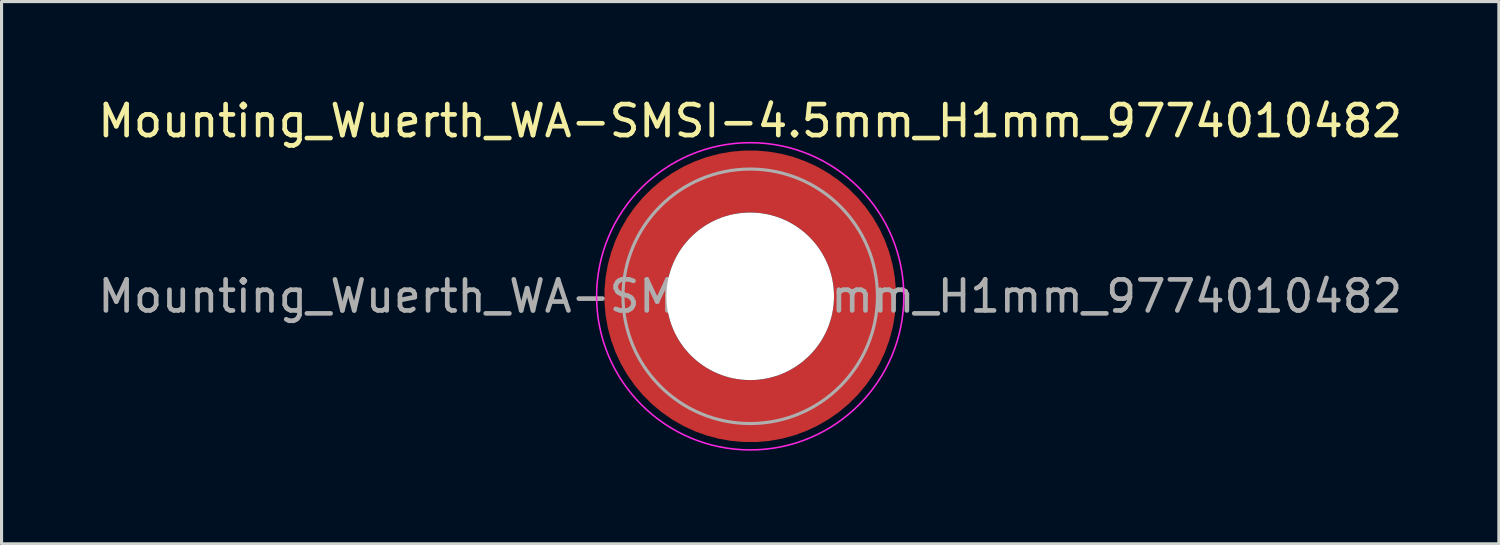
<source format=kicad_pcb>
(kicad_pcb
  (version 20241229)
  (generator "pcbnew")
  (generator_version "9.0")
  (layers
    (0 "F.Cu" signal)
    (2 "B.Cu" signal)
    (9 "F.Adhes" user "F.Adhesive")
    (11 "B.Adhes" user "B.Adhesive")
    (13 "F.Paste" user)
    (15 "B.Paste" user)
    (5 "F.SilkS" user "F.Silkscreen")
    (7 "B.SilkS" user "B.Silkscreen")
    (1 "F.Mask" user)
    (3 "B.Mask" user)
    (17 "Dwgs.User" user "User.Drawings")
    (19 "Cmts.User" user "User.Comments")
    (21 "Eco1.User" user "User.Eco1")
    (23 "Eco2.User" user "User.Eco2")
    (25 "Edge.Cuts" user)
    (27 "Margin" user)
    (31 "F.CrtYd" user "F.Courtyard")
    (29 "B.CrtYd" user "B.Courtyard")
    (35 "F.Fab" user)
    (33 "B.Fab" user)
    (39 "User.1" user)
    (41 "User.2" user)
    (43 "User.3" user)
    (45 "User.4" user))
  (footprint "Mounting_Wuerth_WA-SMSI-4.5mm_H1mm_9774010482"
    (layer "F.Cu")
    (at 21.125 6.498)
    (property "Reference" "Mounting_Wuerth_WA-SMSI-4.5mm_H1mm_9774010482" (at 0 -5.65 0) (layer "F.SilkS") (effects (font (size 1 1) (thickness 0.15))))
    (attr smd allow_soldermask_bridges)
    (fp_circle (center 0 0) (end 4.95 0) (stroke (width 0.05) (type solid)) (fill no) (layer "F.CrtYd"))
    (fp_circle (center 0 0) (end 4.1 0) (stroke (width 0.1) (type solid)) (fill no) (layer "F.Fab"))
    (fp_text user "${REFERENCE}" (at 0 0 0) (layer "F.Fab") (effects (font (size 1 1) (thickness 0.15))))
    (pad "" smd custom (at -2.607 -2.607) (size 0.948 0.948) (layers "F.Paste") (options (anchor circle)) (primitives (gr_arc (start -0.188183 2.107456) (mid 0.599273 0.599273) (end 2.107456 -0.188183) (width 0.2)) (gr_arc (start -0.289416 2.107456) (mid 0.52877 0.52877) (end 2.107456 -0.289416) (width 0.2)) (gr_arc (start -0.390547 2.107456) (mid 0.458268 0.458268) (end 2.107456 -0.390547) (width 0.2)) (gr_arc (start -0.491585 2.107456) (mid 0.387765 0.387765) (end 2.107456 -0.491585) (width 0.2)) (gr_arc (start -0.59254 2.107456) (mid 0.317262 0.317262) (end 2.107456 -0.59254) (width 0.2)) (gr_arc (start -0.693419 2.107456) (mid 0.246759 0.246759) (end 2.107456 -0.693419) (width 0.2)) (gr_arc (start -0.794229 2.107456) (mid 0.176257 0.176257) (end 2.107456 -0.794229) (width 0.2)) (gr_arc (start -0.894975 2.107456) (mid 0.105754 0.105754) (end 2.107456 -0.894975) (width 0.2)) (gr_arc (start -0.995664 2.107456) (mid 0.035251 0.035251) (end 2.107456 -0.995664) (width 0.2)) (gr_arc (start -1.0963 2.107456) (mid -0.035251 -0.035251) (end 2.107456 -1.0963) (width 0.2)) (gr_arc (start -1.196886 2.107456) (mid -0.105754 -0.105754) (end 2.107456 -1.196886) (width 0.2)) (gr_arc (start -1.297427 2.107456) (mid -0.176257 -0.176257) (end 2.107456 -1.297427) (width 0.2)) (gr_arc (start -1.397927 2.107456) (mid -0.246759 -0.246759) (end 2.107456 -1.397927) (width 0.2)) (gr_arc (start -1.498388 2.107456) (mid -0.317262 -0.317262) (end 2.107456 -1.498388) (width 0.2)) (gr_arc (start -1.598813 2.107456) (mid -0.387765 -0.387765) (end 2.107456 -1.598813) (width 0.2)) (gr_arc (start -1.699204 2.107456) (mid -0.458268 -0.458268) (end 2.107456 -1.699204) (width 0.2)) (gr_arc (start -1.799565 2.107456) (mid -0.52877 -0.52877) (end 2.107456 -1.799565) (width 0.2)) (gr_arc (start -1.899896 2.107456) (mid -0.599273 -0.599273) (end 2.107456 -1.899896) (width 0.2)) (gr_arc (start -1.899896 2.107456) (mid -0.599273 -0.599273) (end 2.107456 -1.899896) (width 0.2)) (gr_line (start 2.107 -0.188) (end 2.107 -1.9) (width 0.2)) (gr_line (start -0.188 2.107) (end -1.9 2.107) (width 0.2))))
    (pad "" smd custom (at -2.607 2.607) (size 0.948 0.948) (layers "F.Paste") (options (anchor circle)) (primitives (gr_arc (start 2.107456 0.188183) (mid 0.599273 -0.599273) (end -0.188183 -2.107456) (width 0.2)) (gr_arc (start 2.107456 0.289416) (mid 0.52877 -0.52877) (end -0.289416 -2.107456) (width 0.2)) (gr_arc (start 2.107456 0.390547) (mid 0.458268 -0.458268) (end -0.390547 -2.107456) (width 0.2)) (gr_arc (start 2.107456 0.491585) (mid 0.387765 -0.387765) (end -0.491585 -2.107456) (width 0.2)) (gr_arc (start 2.107456 0.59254) (mid 0.317262 -0.317262) (end -0.59254 -2.107456) (width 0.2)) (gr_arc (start 2.107456 0.693419) (mid 0.246759 -0.246759) (end -0.693419 -2.107456) (width 0.2)) (gr_arc (start 2.107456 0.794229) (mid 0.176257 -0.176257) (end -0.794229 -2.107456) (width 0.2)) (gr_arc (start 2.107456 0.894975) (mid 0.105754 -0.105754) (end -0.894975 -2.107456) (width 0.2)) (gr_arc (start 2.107456 0.995664) (mid 0.035251 -0.035251) (end -0.995664 -2.107456) (width 0.2)) (gr_arc (start 2.107456 1.0963) (mid -0.035251 0.035251) (end -1.0963 -2.107456) (width 0.2)) (gr_arc (start 2.107456 1.196886) (mid -0.105754 0.105754) (end -1.196886 -2.107456) (width 0.2)) (gr_arc (start 2.107456 1.297427) (mid -0.176257 0.176257) (end -1.297427 -2.107456) (width 0.2)) (gr_arc (start 2.107456 1.397927) (mid -0.246759 0.246759) (end -1.397927 -2.107456) (width 0.2)) (gr_arc (start 2.107456 1.498388) (mid -0.317262 0.317262) (end -1.498388 -2.107456) (width 0.2)) (gr_arc (start 2.107456 1.598813) (mid -0.387765 0.387765) (end -1.598813 -2.107456) (width 0.2)) (gr_arc (start 2.107456 1.699204) (mid -0.458268 0.458268) (end -1.699204 -2.107456) (width 0.2)) (gr_arc (start 2.107456 1.799565) (mid -0.52877 0.52877) (end -1.799565 -2.107456) (width 0.2)) (gr_arc (start 2.107456 1.899896) (mid -0.599273 0.599273) (end -1.899896 -2.107456) (width 0.2)) (gr_arc (start 2.107456 1.899896) (mid -0.599273 0.599273) (end -1.899896 -2.107456) (width 0.2)) (gr_line (start -0.188 -2.107) (end -1.9 -2.107) (width 0.2)) (gr_line (start 2.107 0.188) (end 2.107 1.9) (width 0.2))))
    (pad "" np_thru_hole circle (at 0 0) (size 5.4 5.4) (drill 5.4) (layers "*.Cu" "*.Mask"))
    (pad "" smd custom (at 2.607 -2.607) (size 0.948 0.948) (layers "F.Paste") (options (anchor circle)) (primitives (gr_arc (start -2.107456 -0.188183) (mid -0.599273 0.599273) (end 0.188183 2.107456) (width 0.2)) (gr_arc (start -2.107456 -0.289416) (mid -0.52877 0.52877) (end 0.289416 2.107456) (width 0.2)) (gr_arc (start -2.107456 -0.390547) (mid -0.458268 0.458268) (end 0.390547 2.107456) (width 0.2)) (gr_arc (start -2.107456 -0.491585) (mid -0.387765 0.387765) (end 0.491585 2.107456) (width 0.2)) (gr_arc (start -2.107456 -0.59254) (mid -0.317262 0.317262) (end 0.59254 2.107456) (width 0.2)) (gr_arc (start -2.107456 -0.693419) (mid -0.246759 0.246759) (end 0.693419 2.107456) (width 0.2)) (gr_arc (start -2.107456 -0.794229) (mid -0.176257 0.176257) (end 0.794229 2.107456) (width 0.2)) (gr_arc (start -2.107456 -0.894975) (mid -0.105754 0.105754) (end 0.894975 2.107456) (width 0.2)) (gr_arc (start -2.107456 -0.995664) (mid -0.035251 0.035251) (end 0.995664 2.107456) (width 0.2)) (gr_arc (start -2.107456 -1.0963) (mid 0.035251 -0.035251) (end 1.0963 2.107456) (width 0.2)) (gr_arc (start -2.107456 -1.196886) (mid 0.105754 -0.105754) (end 1.196886 2.107456) (width 0.2)) (gr_arc (start -2.107456 -1.297427) (mid 0.176257 -0.176257) (end 1.297427 2.107456) (width 0.2)) (gr_arc (start -2.107456 -1.397927) (mid 0.246759 -0.246759) (end 1.397927 2.107456) (width 0.2)) (gr_arc (start -2.107456 -1.498388) (mid 0.317262 -0.317262) (end 1.498388 2.107456) (width 0.2)) (gr_arc (start -2.107456 -1.598813) (mid 0.387765 -0.387765) (end 1.598813 2.107456) (width 0.2)) (gr_arc (start -2.107456 -1.699204) (mid 0.458268 -0.458268) (end 1.699204 2.107456) (width 0.2)) (gr_arc (start -2.107456 -1.799565) (mid 0.52877 -0.52877) (end 1.799565 2.107456) (width 0.2)) (gr_arc (start -2.107456 -1.899896) (mid 0.599273 -0.599273) (end 1.899896 2.107456) (width 0.2)) (gr_arc (start -2.107456 -1.899896) (mid 0.599273 -0.599273) (end 1.899896 2.107456) (width 0.2)) (gr_line (start 0.188 2.107) (end 1.9 2.107) (width 0.2)) (gr_line (start -2.107 -0.188) (end -2.107 -1.9) (width 0.2))))
    (pad "" smd custom (at 2.607 2.607) (size 0.948 0.948) (layers "F.Paste") (options (anchor circle)) (primitives (gr_arc (start 0.188183 -2.107456) (mid -0.599273 -0.599273) (end -2.107456 0.188183) (width 0.2)) (gr_arc (start 0.289416 -2.107456) (mid -0.52877 -0.52877) (end -2.107456 0.289416) (width 0.2)) (gr_arc (start 0.390547 -2.107456) (mid -0.458268 -0.458268) (end -2.107456 0.390547) (width 0.2)) (gr_arc (start 0.491585 -2.107456) (mid -0.387765 -0.387765) (end -2.107456 0.491585) (width 0.2)) (gr_arc (start 0.59254 -2.107456) (mid -0.317262 -0.317262) (end -2.107456 0.59254) (width 0.2)) (gr_arc (start 0.693419 -2.107456) (mid -0.246759 -0.246759) (end -2.107456 0.693419) (width 0.2)) (gr_arc (start 0.794229 -2.107456) (mid -0.176257 -0.176257) (end -2.107456 0.794229) (width 0.2)) (gr_arc (start 0.894975 -2.107456) (mid -0.105754 -0.105754) (end -2.107456 0.894975) (width 0.2)) (gr_arc (start 0.995664 -2.107456) (mid -0.035251 -0.035251) (end -2.107456 0.995664) (width 0.2)) (gr_arc (start 1.0963 -2.107456) (mid 0.035251 0.035251) (end -2.107456 1.0963) (width 0.2)) (gr_arc (start 1.196886 -2.107456) (mid 0.105754 0.105754) (end -2.107456 1.196886) (width 0.2)) (gr_arc (start 1.297427 -2.107456) (mid 0.176257 0.176257) (end -2.107456 1.297427) (width 0.2)) (gr_arc (start 1.397927 -2.107456) (mid 0.246759 0.246759) (end -2.107456 1.397927) (width 0.2)) (gr_arc (start 1.498388 -2.107456) (mid 0.317262 0.317262) (end -2.107456 1.498388) (width 0.2)) (gr_arc (start 1.598813 -2.107456) (mid 0.387765 0.387765) (end -2.107456 1.598813) (width 0.2)) (gr_arc (start 1.699204 -2.107456) (mid 0.458268 0.458268) (end -2.107456 1.699204) (width 0.2)) (gr_arc (start 1.799565 -2.107456) (mid 0.52877 0.52877) (end -2.107456 1.799565) (width 0.2)) (gr_arc (start 1.899896 -2.107456) (mid 0.599273 0.599273) (end -2.107456 1.899896) (width 0.2)) (gr_arc (start 1.899896 -2.107456) (mid 0.599273 0.599273) (end -2.107456 1.899896) (width 0.2)) (gr_line (start -2.107 0.188) (end -2.107 1.9) (width 0.2)) (gr_line (start 0.188 -2.107) (end 1.9 -2.107) (width 0.2))))
    (pad "1" smd circle (at -3.7 0) (size 1.492 1.492) (layers "F.Cu"))
    (pad "1" smd circle (at 0 -3.7) (size 1.492 1.492) (layers "F.Cu"))
    (pad "1" smd circle (at 0 3.7) (size 1.492 1.492) (layers "F.Cu"))
    (pad "1" smd custom (at 3.7 0) (size 2 2) (layers "F.Cu" "F.Mask") (options (anchor circle)) (primitives (gr_circle (center -3.7 0) (end 0 0) (width 2) (fill no)))))
  (gr_rect
    (start -3 -3)
    (end 45.25 14.473)
    (stroke (width 0.1) (type default))
    (fill no)
    (layer "Edge.Cuts")))
</source>
